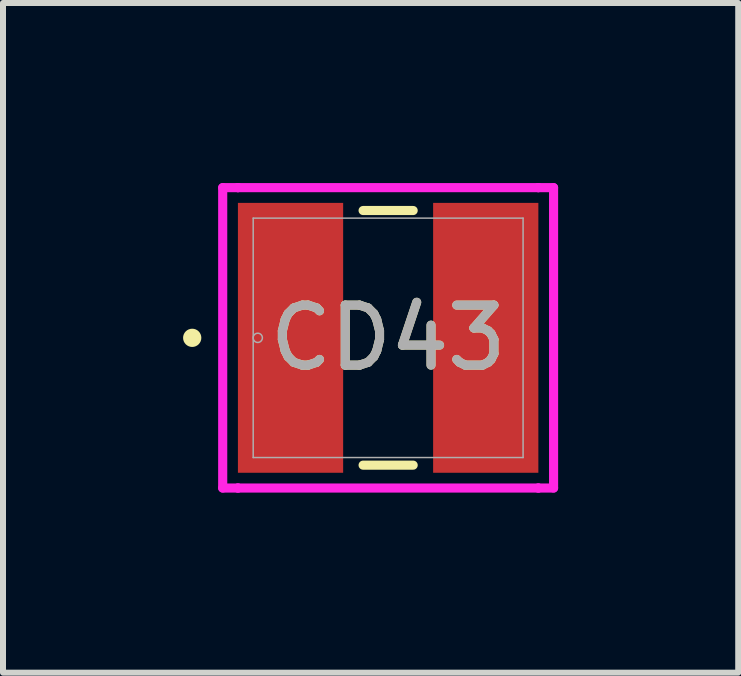
<source format=kicad_pcb>
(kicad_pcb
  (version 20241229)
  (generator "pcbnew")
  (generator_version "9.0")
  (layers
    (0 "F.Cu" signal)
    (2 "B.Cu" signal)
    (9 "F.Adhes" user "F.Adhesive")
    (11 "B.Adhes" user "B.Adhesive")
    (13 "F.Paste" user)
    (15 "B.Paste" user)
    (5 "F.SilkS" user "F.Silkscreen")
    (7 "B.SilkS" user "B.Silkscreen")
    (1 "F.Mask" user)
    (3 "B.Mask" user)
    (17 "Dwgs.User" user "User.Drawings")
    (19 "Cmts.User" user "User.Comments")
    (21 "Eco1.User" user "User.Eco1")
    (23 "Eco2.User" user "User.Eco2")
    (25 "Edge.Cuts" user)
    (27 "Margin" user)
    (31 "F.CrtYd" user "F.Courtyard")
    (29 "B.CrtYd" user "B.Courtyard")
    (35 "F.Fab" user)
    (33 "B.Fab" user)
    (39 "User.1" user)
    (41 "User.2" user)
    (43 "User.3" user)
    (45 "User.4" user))
  (footprint "CD43"
    (layer "F.Cu")
    (at 3.416 2.578)
    (property "Reference" "CD43" (at 0 0 0) (unlocked yes) (layer "F.SilkS") (effects (font (size 1 1) (thickness 0.15))))
    (attr smd)
    (fp_line (start -0.417 2.121) (end 0.417 2.121) (stroke (width 0.152) (type solid)) (layer "F.SilkS"))
    (fp_line (start 0.417 -2.121) (end -0.417 -2.121) (stroke (width 0.152) (type solid)) (layer "F.SilkS"))
    (fp_circle (center -3.264 0) (end -3.188 0) (stroke (width 0.152) (type solid)) (fill no) (layer "F.SilkS"))
    (fp_line (start -2.756 -2.502) (end -2.502 -2.502) (stroke (width 0.152) (type solid)) (layer "F.CrtYd"))
    (fp_line (start -2.756 2.502) (end -2.756 -2.502) (stroke (width 0.152) (type solid)) (layer "F.CrtYd"))
    (fp_line (start -2.502 -2.502) (end -2.502 -2.502) (stroke (width 0.152) (type solid)) (layer "F.CrtYd"))
    (fp_line (start -2.502 -2.502) (end 2.502 -2.502) (stroke (width 0.152) (type solid)) (layer "F.CrtYd"))
    (fp_line (start -2.502 2.502) (end -2.756 2.502) (stroke (width 0.152) (type solid)) (layer "F.CrtYd"))
    (fp_line (start -2.502 2.502) (end -2.502 2.502) (stroke (width 0.152) (type solid)) (layer "F.CrtYd"))
    (fp_line (start 2.502 -2.502) (end 2.502 -2.502) (stroke (width 0.152) (type solid)) (layer "F.CrtYd"))
    (fp_line (start 2.502 -2.502) (end 2.756 -2.502) (stroke (width 0.152) (type solid)) (layer "F.CrtYd"))
    (fp_line (start 2.502 2.502) (end -2.502 2.502) (stroke (width 0.152) (type solid)) (layer "F.CrtYd"))
    (fp_line (start 2.502 2.502) (end 2.502 2.502) (stroke (width 0.152) (type solid)) (layer "F.CrtYd"))
    (fp_line (start 2.756 -2.502) (end 2.756 2.502) (stroke (width 0.152) (type solid)) (layer "F.CrtYd"))
    (fp_line (start 2.756 2.502) (end 2.502 2.502) (stroke (width 0.152) (type solid)) (layer "F.CrtYd"))
    (fp_line (start -2.248 -1.994) (end -2.248 1.994) (stroke (width 0.025) (type solid)) (layer "F.Fab"))
    (fp_line (start -2.248 1.994) (end 2.248 1.994) (stroke (width 0.025) (type solid)) (layer "F.Fab"))
    (fp_line (start 2.248 -1.994) (end -2.248 -1.994) (stroke (width 0.025) (type solid)) (layer "F.Fab"))
    (fp_line (start 2.248 1.994) (end 2.248 -1.994) (stroke (width 0.025) (type solid)) (layer "F.Fab"))
    (fp_circle (center -2.172 0) (end -2.095 0) (stroke (width 0.025) (type solid)) (fill no) (layer "F.Fab"))
    (fp_text user "${REFERENCE}" (at 0 0 0) (unlocked yes) (layer "F.Fab") (effects (font (size 1 1) (thickness 0.15))))
    (pad "1" smd rect (at -1.626 0) (size 1.753 4.496) (layers "F.Cu" "F.Mask" "F.Paste"))
    (pad "2" smd rect (at 1.626 0) (size 1.753 4.496) (layers "F.Cu" "F.Mask" "F.Paste"))
    (zone (net_name "") (layer "F.Cu") (hatch full 0.508) (connect_pads) (min_thickness 0.254) (filled_areas_thickness no) (keepout (tracks not_allowed) (vias not_allowed) (pads allowed) (copperpour not_allowed) (footprints allowed)) (placement (enabled no)) (fill) (polygon (pts (xy 2.718 0.381) (xy 4.115 0.381) (xy 4.115 4.775) (xy 2.718 4.775)))))
  (gr_rect
    (start -3 -3)
    (end 9.248 8.156)
    (stroke (width 0.1) (type default))
    (fill no)
    (layer "Edge.Cuts")))
</source>
